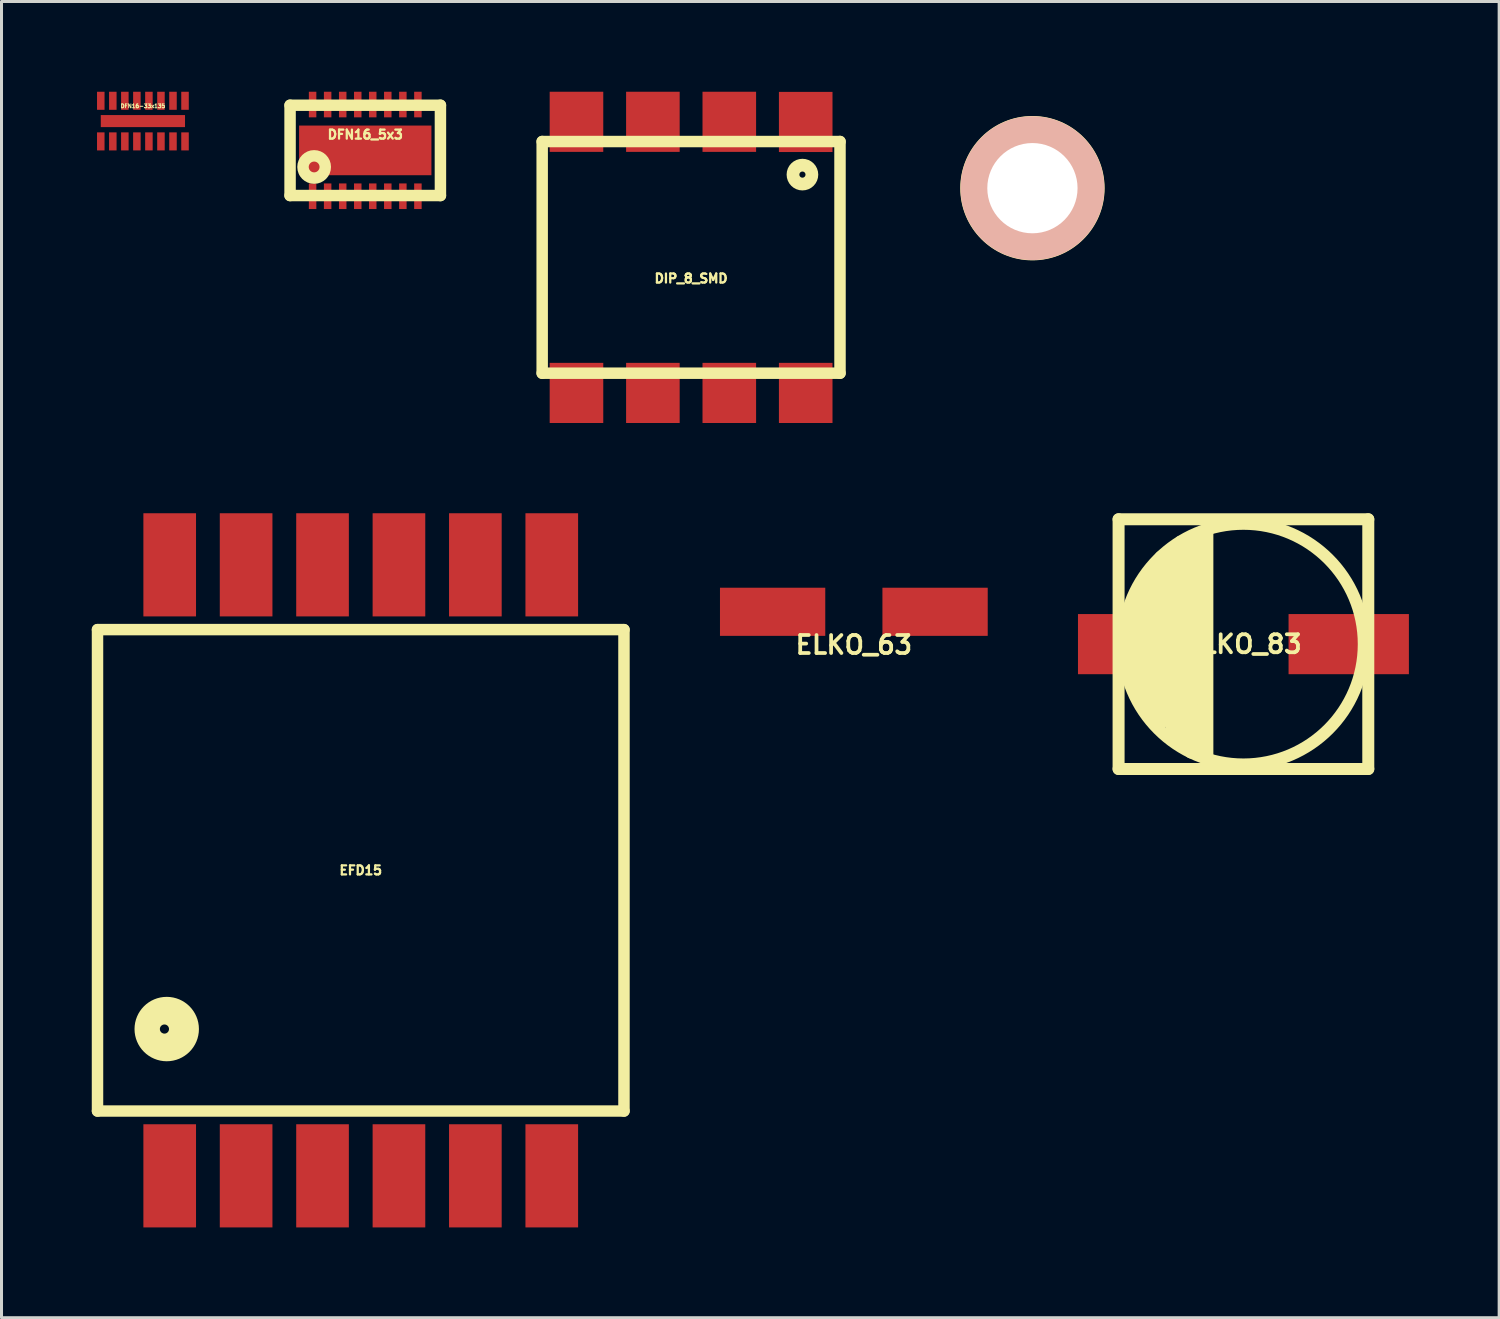
<source format=kicad_pcb>
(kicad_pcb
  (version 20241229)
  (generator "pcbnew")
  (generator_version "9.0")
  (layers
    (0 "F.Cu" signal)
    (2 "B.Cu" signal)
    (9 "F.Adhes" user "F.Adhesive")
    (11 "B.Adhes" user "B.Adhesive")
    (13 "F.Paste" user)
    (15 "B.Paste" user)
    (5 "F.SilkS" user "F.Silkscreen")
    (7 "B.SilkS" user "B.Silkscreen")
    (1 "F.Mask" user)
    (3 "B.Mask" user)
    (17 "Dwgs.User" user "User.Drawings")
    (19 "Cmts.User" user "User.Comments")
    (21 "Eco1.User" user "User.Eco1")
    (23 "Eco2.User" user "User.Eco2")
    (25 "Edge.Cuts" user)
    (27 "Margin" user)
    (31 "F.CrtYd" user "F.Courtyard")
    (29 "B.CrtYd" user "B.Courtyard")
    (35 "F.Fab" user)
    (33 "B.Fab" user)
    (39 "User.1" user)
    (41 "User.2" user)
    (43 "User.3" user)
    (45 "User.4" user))
  (footprint "DRILL_NP"
    (layer "F.Cu")
    (at 31.268 3.205)
    (property "Reference" "DRILL_NP" (at 0 0 0) (layer "F.SilkS") (effects (font (size 0.3 0.3) (thickness 0.076))))
    (attr through_hole)
    (fp_circle (center 0 0) (end 1.4 0) (stroke (width 0.381) (type solid)) (fill no) (layer "F.SilkS"))
    (fp_circle (center 0 0) (end 1.699 0) (stroke (width 0.381) (type solid)) (fill no) (layer "F.SilkS"))
    (fp_circle (center 0 0) (end 1.999 -0.201) (stroke (width 0.381) (type solid)) (fill no) (layer "F.SilkS"))
    (fp_circle (center 0 0) (end 2.2 -0.201) (stroke (width 0.381) (type solid)) (fill no) (layer "F.SilkS"))
    (fp_circle (center 0 0) (end 1.4 -0.099) (stroke (width 0.381) (type solid)) (fill no) (layer "B.SilkS"))
    (fp_circle (center 0 0) (end 1.699 0) (stroke (width 0.381) (type solid)) (fill no) (layer "B.SilkS"))
    (fp_circle (center 0 0) (end 1.9 0) (stroke (width 0.381) (type solid)) (fill no) (layer "B.SilkS"))
    (fp_circle (center 0 0) (end 2.2 0) (stroke (width 0.381) (type solid)) (fill no) (layer "B.SilkS"))
    (fp_circle (center 0 0) (end 3.2 0) (stroke (width 0.01) (type solid)) (fill no) (layer "Eco2.User"))
    (pad "" np_thru_hole circle (at 0 0) (size 3 3) (drill 3) (layers "*.Cu" "*.Mask" "F.SilkS")))
  (footprint "EFD15"
    (layer "F.Cu")
    (at 8.941 25.88)
    (property "Reference" "EFD15" (at 0 0 0) (layer "F.SilkS") (effects (font (size 0.3 0.3) (thickness 0.076))))
    (attr through_hole)
    (fp_line (start -8.75 -8.001) (end -8.75 8.001) (stroke (width 0.381) (type solid)) (layer "F.SilkS"))
    (fp_line (start -8.75 8.001) (end 8.75 8.001) (stroke (width 0.381) (type solid)) (layer "F.SilkS"))
    (fp_line (start 8.75 -8.001) (end -8.75 -8.001) (stroke (width 0.381) (type solid)) (layer "F.SilkS"))
    (fp_line (start 8.75 8.001) (end 8.75 -8.001) (stroke (width 0.381) (type solid)) (layer "F.SilkS"))
    (fp_circle (center -6.525 5.276) (end -6.375 5.301) (stroke (width 0.381) (type solid)) (fill no) (layer "F.SilkS"))
    (fp_circle (center -6.5 5.25) (end -6.124 5.375) (stroke (width 0.381) (type solid)) (fill no) (layer "F.SilkS"))
    (fp_circle (center -6.474 5.276) (end -5.85 5.425) (stroke (width 0.381) (type solid)) (fill no) (layer "F.SilkS"))
    (fp_circle (center -6.449 5.276) (end -5.725 5.776) (stroke (width 0.381) (type solid)) (fill no) (layer "F.SilkS"))
    (pad "1" smd rect (at -6.35 10.155) (size 1.75 3.429) (layers "F.Cu" "F.Mask" "F.Paste"))
    (pad "2" smd rect (at -3.81 10.155) (size 1.75 3.429) (layers "F.Cu" "F.Mask" "F.Paste"))
    (pad "3" smd rect (at -1.27 10.155) (size 1.75 3.429) (layers "F.Cu" "F.Mask" "F.Paste"))
    (pad "4" smd rect (at 1.27 10.155) (size 1.75 3.429) (layers "F.Cu" "F.Mask" "F.Paste"))
    (pad "5" smd rect (at 3.81 10.155) (size 1.75 3.429) (layers "F.Cu" "F.Mask" "F.Paste"))
    (pad "6" smd rect (at 6.35 10.155) (size 1.75 3.429) (layers "F.Cu" "F.Mask" "F.Paste"))
    (pad "7" smd rect (at 6.35 -10.155) (size 1.75 3.429) (layers "F.Cu" "F.Mask" "F.Paste"))
    (pad "8" smd rect (at 3.81 -10.155) (size 1.75 3.429) (layers "F.Cu" "F.Mask" "F.Paste"))
    (pad "9" smd rect (at 1.27 -10.155) (size 1.75 3.429) (layers "F.Cu" "F.Mask" "F.Paste"))
    (pad "10" smd rect (at -1.27 -10.155) (size 1.75 3.429) (layers "F.Cu" "F.Mask" "F.Paste"))
    (pad "11" smd rect (at -3.81 -10.155) (size 1.75 3.429) (layers "F.Cu" "F.Mask" "F.Paste"))
    (pad "12" smd rect (at -6.35 -10.155) (size 1.75 3.429) (layers "F.Cu" "F.Mask" "F.Paste")))
  (footprint "DFN16-33x135"
    (layer "F.Cu")
    (at 1.7 0.975)
    (property "Reference" "DFN16-33x135" (at 0 -0.5 0) (layer "F.SilkS") (effects (font (size 0.127 0.127) (thickness 0.032))))
    (attr through_hole)
    (fp_line (start -1.7 -0.7) (end 1.7 -0.7) (stroke (width 0.001) (type solid)) (layer "F.SilkS"))
    (fp_line (start -1.7 0.7) (end -1.7 -0.7) (stroke (width 0.001) (type solid)) (layer "F.SilkS"))
    (fp_line (start 1.7 -0.7) (end 1.7 0.7) (stroke (width 0.001) (type solid)) (layer "F.SilkS"))
    (fp_line (start 1.7 0.7) (end -1.7 0.7) (stroke (width 0.001) (type solid)) (layer "F.SilkS"))
    (fp_circle (center 1.4 -0.45) (end 1.5 -0.35) (stroke (width 0.001) (type solid)) (fill no) (layer "F.SilkS"))
    (pad "1" smd rect (at 1.4 -0.675) (size 0.25 0.6) (layers "F.Cu" "F.Mask" "F.Paste"))
    (pad "2" smd rect (at 1 -0.675) (size 0.25 0.6) (layers "F.Cu" "F.Mask" "F.Paste"))
    (pad "3" smd rect (at 0.6 -0.675) (size 0.25 0.6) (layers "F.Cu" "F.Mask" "F.Paste"))
    (pad "4" smd rect (at 0.2 -0.675) (size 0.25 0.6) (layers "F.Cu" "F.Mask" "F.Paste"))
    (pad "5" smd rect (at -0.2 -0.675) (size 0.25 0.6) (layers "F.Cu" "F.Mask" "F.Paste"))
    (pad "6" smd rect (at -0.6 -0.675) (size 0.25 0.6) (layers "F.Cu" "F.Mask" "F.Paste"))
    (pad "7" smd rect (at -1 -0.675) (size 0.25 0.6) (layers "F.Cu" "F.Mask" "F.Paste"))
    (pad "8" smd rect (at -1.4 -0.675) (size 0.25 0.6) (layers "F.Cu" "F.Mask" "F.Paste"))
    (pad "9" smd rect (at -1.4 0.675) (size 0.25 0.6) (layers "F.Cu" "F.Mask" "F.Paste"))
    (pad "10" smd rect (at -1 0.675) (size 0.25 0.6) (layers "F.Cu" "F.Mask" "F.Paste"))
    (pad "11" smd rect (at -0.6 0.675) (size 0.25 0.6) (layers "F.Cu" "F.Mask" "F.Paste"))
    (pad "12" smd rect (at -0.2 0.675) (size 0.25 0.6) (layers "F.Cu" "F.Mask" "F.Paste"))
    (pad "13" smd rect (at 0.2 0.675) (size 0.25 0.6) (layers "F.Cu" "F.Mask" "F.Paste"))
    (pad "14" smd rect (at 0.6 0.675) (size 0.25 0.6) (layers "F.Cu" "F.Mask" "F.Paste"))
    (pad "15" smd rect (at 1 0.675) (size 0.25 0.6) (layers "F.Cu" "F.Mask" "F.Paste"))
    (pad "16" smd rect (at 1.4 0.675) (size 0.25 0.6) (layers "F.Cu" "F.Mask" "F.Paste"))
    (pad "EXP" smd rect (at 0 0) (size 2.8 0.4) (layers "F.Cu" "F.Mask" "F.Paste")))
  (footprint "ELKO_83"
    (layer "F.Cu")
    (at 38.282 18.361)
    (property "Reference" "ELKO_83" (at 0 0 0) (layer "F.SilkS") (effects (font (size 0.599 0.599) (thickness 0.124))))
    (attr through_hole)
    (fp_line (start -4.15 -4.15) (end 4.15 -4.15) (stroke (width 0.399) (type solid)) (layer "F.SilkS"))
    (fp_line (start -4.15 4.15) (end -4.15 -4.15) (stroke (width 0.399) (type solid)) (layer "F.SilkS"))
    (fp_line (start -3.749 -1.151) (end -3.749 1.1) (stroke (width 0.399) (type solid)) (layer "F.SilkS"))
    (fp_line (start -3.449 -1.951) (end -3.449 1.9) (stroke (width 0.399) (type solid)) (layer "F.SilkS"))
    (fp_line (start -3.099 -2.451) (end -3.099 2.349) (stroke (width 0.399) (type solid)) (layer "F.SilkS"))
    (fp_line (start -2.751 -2.901) (end -2.751 2.649) (stroke (width 0.399) (type solid)) (layer "F.SilkS"))
    (fp_line (start -2.4 3.099) (end -2.4 -3) (stroke (width 0.399) (type solid)) (layer "F.SilkS"))
    (fp_line (start -2.101 -3.401) (end -2.101 3.299) (stroke (width 0.399) (type solid)) (layer "F.SilkS"))
    (fp_line (start -1.75 3.599) (end -1.75 -3.551) (stroke (width 0.399) (type solid)) (layer "F.SilkS"))
    (fp_line (start -1.549 -3.65) (end -1.6 3.401) (stroke (width 0.399) (type solid)) (layer "F.SilkS"))
    (fp_line (start -1.3 -3.749) (end -1.349 3.749) (stroke (width 0.399) (type solid)) (layer "F.SilkS"))
    (fp_line (start -1.199 -3.8) (end -1.199 3.701) (stroke (width 0.399) (type solid)) (layer "F.SilkS"))
    (fp_line (start 4.15 -4.15) (end 4.15 4.15) (stroke (width 0.399) (type solid)) (layer "F.SilkS"))
    (fp_line (start 4.15 4.15) (end -4.15 4.15) (stroke (width 0.399) (type solid)) (layer "F.SilkS"))
    (fp_circle (center 0 0) (end 4 0) (stroke (width 0.399) (type solid)) (fill no) (layer "F.SilkS"))
    (pad "1" smd rect (at 3.5 0) (size 4 1.999) (layers "F.Cu" "F.Mask" "F.Paste"))
    (pad "2" smd rect (at -3.5 0) (size 4 1.999) (layers "F.Cu" "F.Mask" "F.Paste")))
  (footprint "ELKO_63"
    (layer "F.Cu")
    (at 25.332 17.286)
    (property "Reference" "ELKO_63" (at 0 1.1 0) (layer "F.SilkS") (effects (font (size 0.599 0.599) (thickness 0.124))))
    (attr through_hole)
    (fp_line (start -3.2 -3.2) (end 0 -3.2) (stroke (width 0.15) (type solid)) (layer "Eco2.User"))
    (fp_line (start -3.2 3.2) (end -3.2 -3.2) (stroke (width 0.15) (type solid)) (layer "Eco2.User"))
    (fp_line (start -3.1 0.6) (end -3.1 -0.5) (stroke (width 0.15) (type solid)) (layer "Eco2.User"))
    (fp_line (start -3 -1) (end -3 1) (stroke (width 0.15) (type solid)) (layer "Eco2.User"))
    (fp_line (start -3 1) (end -3.1 0.6) (stroke (width 0.15) (type solid)) (layer "Eco2.User"))
    (fp_line (start -2.9 -1.2) (end -3 -1) (stroke (width 0.15) (type solid)) (layer "Eco2.User"))
    (fp_line (start -2.9 1.2) (end -2.9 -1.2) (stroke (width 0.15) (type solid)) (layer "Eco2.User"))
    (fp_line (start -2.8 -1.4) (end -2.8 1.4) (stroke (width 0.15) (type solid)) (layer "Eco2.User"))
    (fp_line (start -2.8 1.4) (end -2.9 1.2) (stroke (width 0.15) (type solid)) (layer "Eco2.User"))
    (fp_line (start -2.7 -1.6) (end -2.8 -1.4) (stroke (width 0.15) (type solid)) (layer "Eco2.User"))
    (fp_line (start -2.7 1.6) (end -2.7 -1.6) (stroke (width 0.15) (type solid)) (layer "Eco2.User"))
    (fp_line (start -2.6 -1.7) (end -2.6 1.8) (stroke (width 0.15) (type solid)) (layer "Eco2.User"))
    (fp_line (start -2.6 1.8) (end -2.7 1.6) (stroke (width 0.15) (type solid)) (layer "Eco2.User"))
    (fp_line (start -2.5 -1.9) (end -2.6 -1.7) (stroke (width 0.15) (type solid)) (layer "Eco2.User"))
    (fp_line (start -2.5 1.8) (end -2.5 -1.9) (stroke (width 0.15) (type solid)) (layer "Eco2.User"))
    (fp_line (start -2.4 -2) (end -2.4 2) (stroke (width 0.15) (type solid)) (layer "Eco2.User"))
    (fp_line (start -2.4 2) (end -2.5 1.8) (stroke (width 0.15) (type solid)) (layer "Eco2.User"))
    (fp_line (start -2.3 -2.1) (end -2.4 -2) (stroke (width 0.15) (type solid)) (layer "Eco2.User"))
    (fp_line (start -2.3 2.1) (end -2.3 -2.1) (stroke (width 0.15) (type solid)) (layer "Eco2.User"))
    (fp_line (start -2.2 -2.2) (end -2.2 2.2) (stroke (width 0.15) (type solid)) (layer "Eco2.User"))
    (fp_line (start -2.2 2.2) (end -2.3 2.1) (stroke (width 0.15) (type solid)) (layer "Eco2.User"))
    (fp_line (start -2.2 2.2) (end -2.1 2.2) (stroke (width 0.15) (type solid)) (layer "Eco2.User"))
    (fp_line (start -2.1 -2.3) (end -2.2 -2.2) (stroke (width 0.15) (type solid)) (layer "Eco2.User"))
    (fp_line (start -2.1 2.2) (end -2.1 -2.3) (stroke (width 0.15) (type solid)) (layer "Eco2.User"))
    (fp_line (start -2 -2.4) (end -2 2.4) (stroke (width 0.15) (type solid)) (layer "Eco2.User"))
    (fp_line (start -2 2.4) (end -2.2 2.2) (stroke (width 0.15) (type solid)) (layer "Eco2.User"))
    (fp_line (start -2 2.4) (end -1.9 2.4) (stroke (width 0.15) (type solid)) (layer "Eco2.User"))
    (fp_line (start -1.9 -2.5) (end -2 -2.4) (stroke (width 0.15) (type solid)) (layer "Eco2.User"))
    (fp_line (start -1.9 2.4) (end -1.9 -2.5) (stroke (width 0.15) (type solid)) (layer "Eco2.User"))
    (fp_line (start -1.8 -2.6) (end -1.8 2.6) (stroke (width 0.15) (type solid)) (layer "Eco2.User"))
    (fp_line (start -1.8 2.6) (end -2 2.4) (stroke (width 0.15) (type solid)) (layer "Eco2.User"))
    (fp_line (start -1.7 -2.6) (end -1.8 -2.6) (stroke (width 0.15) (type solid)) (layer "Eco2.User"))
    (fp_line (start -1.7 2.7) (end -1.7 -2.6) (stroke (width 0.15) (type solid)) (layer "Eco2.User"))
    (fp_line (start -1.6 -2.7) (end -1.6 2.7) (stroke (width 0.15) (type solid)) (layer "Eco2.User"))
    (fp_line (start -1.6 2.7) (end -1.7 2.7) (stroke (width 0.15) (type solid)) (layer "Eco2.User"))
    (fp_line (start -1.5 -2.7) (end -1.6 -2.7) (stroke (width 0.15) (type solid)) (layer "Eco2.User"))
    (fp_line (start -1.5 2.8) (end -1.5 -2.7) (stroke (width 0.15) (type solid)) (layer "Eco2.User"))
    (fp_line (start -1.4 -2.8) (end -1.4 2.8) (stroke (width 0.15) (type solid)) (layer "Eco2.User"))
    (fp_line (start -1.4 2.8) (end -1.5 2.8) (stroke (width 0.15) (type solid)) (layer "Eco2.User"))
    (fp_line (start 0 -3.2) (end 3.2 -3.2) (stroke (width 0.15) (type solid)) (layer "Eco2.User"))
    (fp_line (start 3.2 -3.2) (end 3.2 3.2) (stroke (width 0.15) (type solid)) (layer "Eco2.User"))
    (fp_line (start 3.2 3.2) (end -3.2 3.2) (stroke (width 0.15) (type solid)) (layer "Eco2.User"))
    (fp_circle (center 0 0) (end 3.2 0) (stroke (width 0.15) (type solid)) (fill no) (layer "Eco2.User"))
    (pad "1" smd rect (at 2.7 0) (size 3.5 1.6) (layers "F.Cu" "F.Mask" "F.Paste"))
    (pad "2" smd rect (at -2.7 0) (size 3.5 1.6) (layers "F.Cu" "F.Mask" "F.Paste")))
  (footprint "DFN16_5x3"
    (layer "F.Cu")
    (at 9.091 1.949)
    (property "Reference" "DFN16_5x3" (at 0 -0.526 0) (layer "F.SilkS") (effects (font (size 0.3 0.3) (thickness 0.076))))
    (attr through_hole)
    (fp_line (start -2.499 -1.501) (end 2.499 -1.501) (stroke (width 0.381) (type solid)) (layer "F.SilkS"))
    (fp_line (start -2.499 1.501) (end -2.499 -1.501) (stroke (width 0.381) (type solid)) (layer "F.SilkS"))
    (fp_line (start 2.499 -1.501) (end 2.499 1.501) (stroke (width 0.381) (type solid)) (layer "F.SilkS"))
    (fp_line (start 2.499 1.501) (end -2.499 1.501) (stroke (width 0.381) (type solid)) (layer "F.SilkS"))
    (fp_circle (center -1.699 0.551) (end -1.6 0.701) (stroke (width 0.381) (type solid)) (fill no) (layer "F.SilkS"))
    (pad "1" smd rect (at -1.75 1.524) (size 0.249 0.851) (layers "F.Cu" "F.Mask" "F.Paste"))
    (pad "2" smd rect (at -1.25 1.524) (size 0.249 0.851) (layers "F.Cu" "F.Mask" "F.Paste"))
    (pad "3" smd rect (at -0.749 1.524) (size 0.249 0.851) (layers "F.Cu" "F.Mask" "F.Paste"))
    (pad "4" smd rect (at -0.249 1.524) (size 0.249 0.851) (layers "F.Cu" "F.Mask" "F.Paste"))
    (pad "5" smd rect (at 0.249 1.524) (size 0.249 0.851) (layers "F.Cu" "F.Mask" "F.Paste"))
    (pad "6" smd rect (at 0.749 1.524) (size 0.249 0.851) (layers "F.Cu" "F.Mask" "F.Paste"))
    (pad "7" smd rect (at 1.25 1.524) (size 0.249 0.851) (layers "F.Cu" "F.Mask" "F.Paste"))
    (pad "8" smd rect (at 1.75 1.524) (size 0.249 0.851) (layers "F.Cu" "F.Mask" "F.Paste"))
    (pad "9" smd rect (at 1.75 -1.524) (size 0.249 0.851) (layers "F.Cu" "F.Mask" "F.Paste"))
    (pad "10" smd rect (at 1.25 -1.524) (size 0.249 0.851) (layers "F.Cu" "F.Mask" "F.Paste"))
    (pad "11" smd rect (at 0.749 -1.524) (size 0.249 0.851) (layers "F.Cu" "F.Mask" "F.Paste"))
    (pad "12" smd rect (at 0.249 -1.524) (size 0.249 0.851) (layers "F.Cu" "F.Mask" "F.Paste"))
    (pad "13" smd rect (at -0.249 -1.524) (size 0.249 0.851) (layers "F.Cu" "F.Mask" "F.Paste"))
    (pad "14" smd rect (at -0.749 -1.524) (size 0.249 0.851) (layers "F.Cu" "F.Mask" "F.Paste"))
    (pad "15" smd rect (at -1.25 -1.524) (size 0.249 0.851) (layers "F.Cu" "F.Mask" "F.Paste"))
    (pad "16" smd rect (at -1.75 -1.524) (size 0.249 0.851) (layers "F.Cu" "F.Mask" "F.Paste"))
    (pad "EP" smd rect (at 0 0) (size 4.399 1.651) (layers "F.Cu" "F.Mask" "F.Paste")))
  (footprint "DIP_8_SMD"
    (layer "F.Cu")
    (at 19.922 5.505)
    (property "Reference" "DIP_8_SMD" (at 0 0.701 0) (layer "F.SilkS") (effects (font (size 0.3 0.3) (thickness 0.076))))
    (attr through_hole)
    (fp_line (start -4.95 -3.851) (end 4.95 -3.851) (stroke (width 0.381) (type solid)) (layer "F.SilkS"))
    (fp_line (start -4.95 3.851) (end -4.95 -3.851) (stroke (width 0.381) (type solid)) (layer "F.SilkS"))
    (fp_line (start 4.95 -3.851) (end 4.95 3.851) (stroke (width 0.381) (type solid)) (layer "F.SilkS"))
    (fp_line (start 4.95 3.851) (end -4.95 3.851) (stroke (width 0.381) (type solid)) (layer "F.SilkS"))
    (fp_circle (center 3.701 -2.751) (end 3.701 -2.649) (stroke (width 0.381) (type solid)) (fill no) (layer "F.SilkS"))
    (fp_circle (center 3.701 -2.751) (end 3.851 -2.451) (stroke (width 0.381) (type solid)) (fill no) (layer "F.SilkS"))
    (pad "1" smd rect (at 3.81 -4.501) (size 1.781 1.999) (layers "F.Cu" "F.Mask" "F.Paste"))
    (pad "2" smd rect (at 1.27 -4.506) (size 1.781 1.999) (layers "F.Cu" "F.Mask" "F.Paste"))
    (pad "3" smd rect (at -1.27 -4.506) (size 1.781 1.999) (layers "F.Cu" "F.Mask" "F.Paste"))
    (pad "4" smd rect (at -3.81 -4.506) (size 1.781 1.999) (layers "F.Cu" "F.Mask" "F.Paste"))
    (pad "5" smd rect (at -3.81 4.506) (size 1.781 1.999) (layers "F.Cu" "F.Mask" "F.Paste"))
    (pad "6" smd rect (at -1.27 4.506) (size 1.781 1.999) (layers "F.Cu" "F.Mask" "F.Paste"))
    (pad "7" smd rect (at 1.27 4.506) (size 1.781 1.999) (layers "F.Cu" "F.Mask" "F.Paste"))
    (pad "8" smd rect (at 3.81 4.506) (size 1.781 1.999) (layers "F.Cu" "F.Mask" "F.Paste")))
  (gr_rect
    (start -3 -3)
    (end 46.782 40.75)
    (stroke (width 0.1) (type default))
    (fill no)
    (layer "Edge.Cuts")))
</source>
